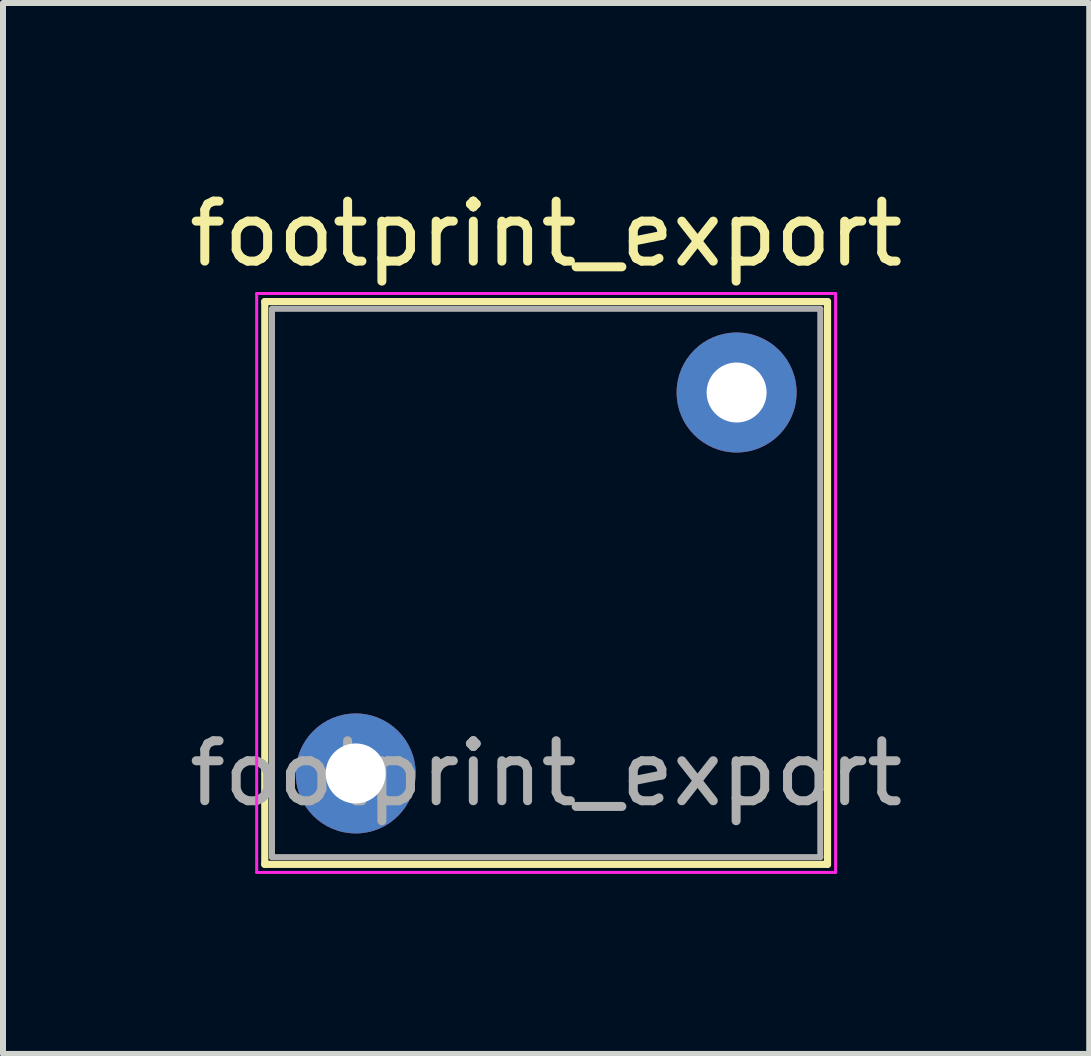
<source format=kicad_pcb>
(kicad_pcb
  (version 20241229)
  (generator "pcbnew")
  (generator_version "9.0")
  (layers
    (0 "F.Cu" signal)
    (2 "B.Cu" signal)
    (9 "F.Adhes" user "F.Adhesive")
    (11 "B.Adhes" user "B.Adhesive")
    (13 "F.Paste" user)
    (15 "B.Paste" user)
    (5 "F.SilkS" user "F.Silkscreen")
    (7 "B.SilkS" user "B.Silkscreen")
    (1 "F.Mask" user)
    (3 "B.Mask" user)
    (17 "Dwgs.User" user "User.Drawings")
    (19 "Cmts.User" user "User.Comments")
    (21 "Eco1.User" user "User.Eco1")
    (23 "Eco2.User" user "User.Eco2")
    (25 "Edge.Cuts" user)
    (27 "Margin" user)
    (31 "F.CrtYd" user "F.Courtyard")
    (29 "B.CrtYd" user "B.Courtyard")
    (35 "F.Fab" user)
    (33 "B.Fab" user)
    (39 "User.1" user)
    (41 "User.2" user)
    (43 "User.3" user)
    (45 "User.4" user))
  (footprint "footprint_export"
    (layer "F.Cu")
    (at 2.879 9.843)
    (property "Reference" "footprint_export" (at 3.175 -8.995 0) (layer "F.SilkS") (effects (font (size 1 1) (thickness 0.15))))
    (attr through_hole)
    (fp_line (start -1.515 -7.865) (end -1.515 1.515) (stroke (width 0.12) (type solid)) (layer "F.SilkS"))
    (fp_line (start -1.515 -7.865) (end 7.865 -7.865) (stroke (width 0.12) (type solid)) (layer "F.SilkS"))
    (fp_line (start -1.515 1.515) (end 7.865 1.515) (stroke (width 0.12) (type solid)) (layer "F.SilkS"))
    (fp_line (start 7.865 -7.865) (end 7.865 1.515) (stroke (width 0.12) (type solid)) (layer "F.SilkS"))
    (fp_line (start -1.65 -8) (end -1.65 1.65) (stroke (width 0.05) (type solid)) (layer "F.CrtYd"))
    (fp_line (start -1.65 1.65) (end 8 1.65) (stroke (width 0.05) (type solid)) (layer "F.CrtYd"))
    (fp_line (start 8 -8) (end -1.65 -8) (stroke (width 0.05) (type solid)) (layer "F.CrtYd"))
    (fp_line (start 8 1.65) (end 8 -8) (stroke (width 0.05) (type solid)) (layer "F.CrtYd"))
    (fp_line (start -1.395 -7.745) (end -1.395 1.395) (stroke (width 0.1) (type solid)) (layer "F.Fab"))
    (fp_line (start -1.395 1.395) (end 7.745 1.395) (stroke (width 0.1) (type solid)) (layer "F.Fab"))
    (fp_line (start 7.745 -7.745) (end -1.395 -7.745) (stroke (width 0.1) (type solid)) (layer "F.Fab"))
    (fp_line (start 7.745 1.395) (end 7.745 -7.745) (stroke (width 0.1) (type solid)) (layer "F.Fab"))
    (fp_text user "${REFERENCE}" (at 3.175 0 0) (layer "F.Fab") (effects (font (size 1 1) (thickness 0.15))))
    (pad "1" thru_hole circle (at 0 0) (size 2 2) (drill 1) (layers "*.Cu" "*.Mask"))
    (pad "2" thru_hole circle (at 6.35 -6.35) (size 2 2) (drill 1) (layers "*.Cu" "*.Mask")))
  (gr_rect
    (start -3 -3)
    (end 15.107 14.518)
    (stroke (width 0.1) (type default))
    (fill no)
    (layer "Edge.Cuts")))
</source>
